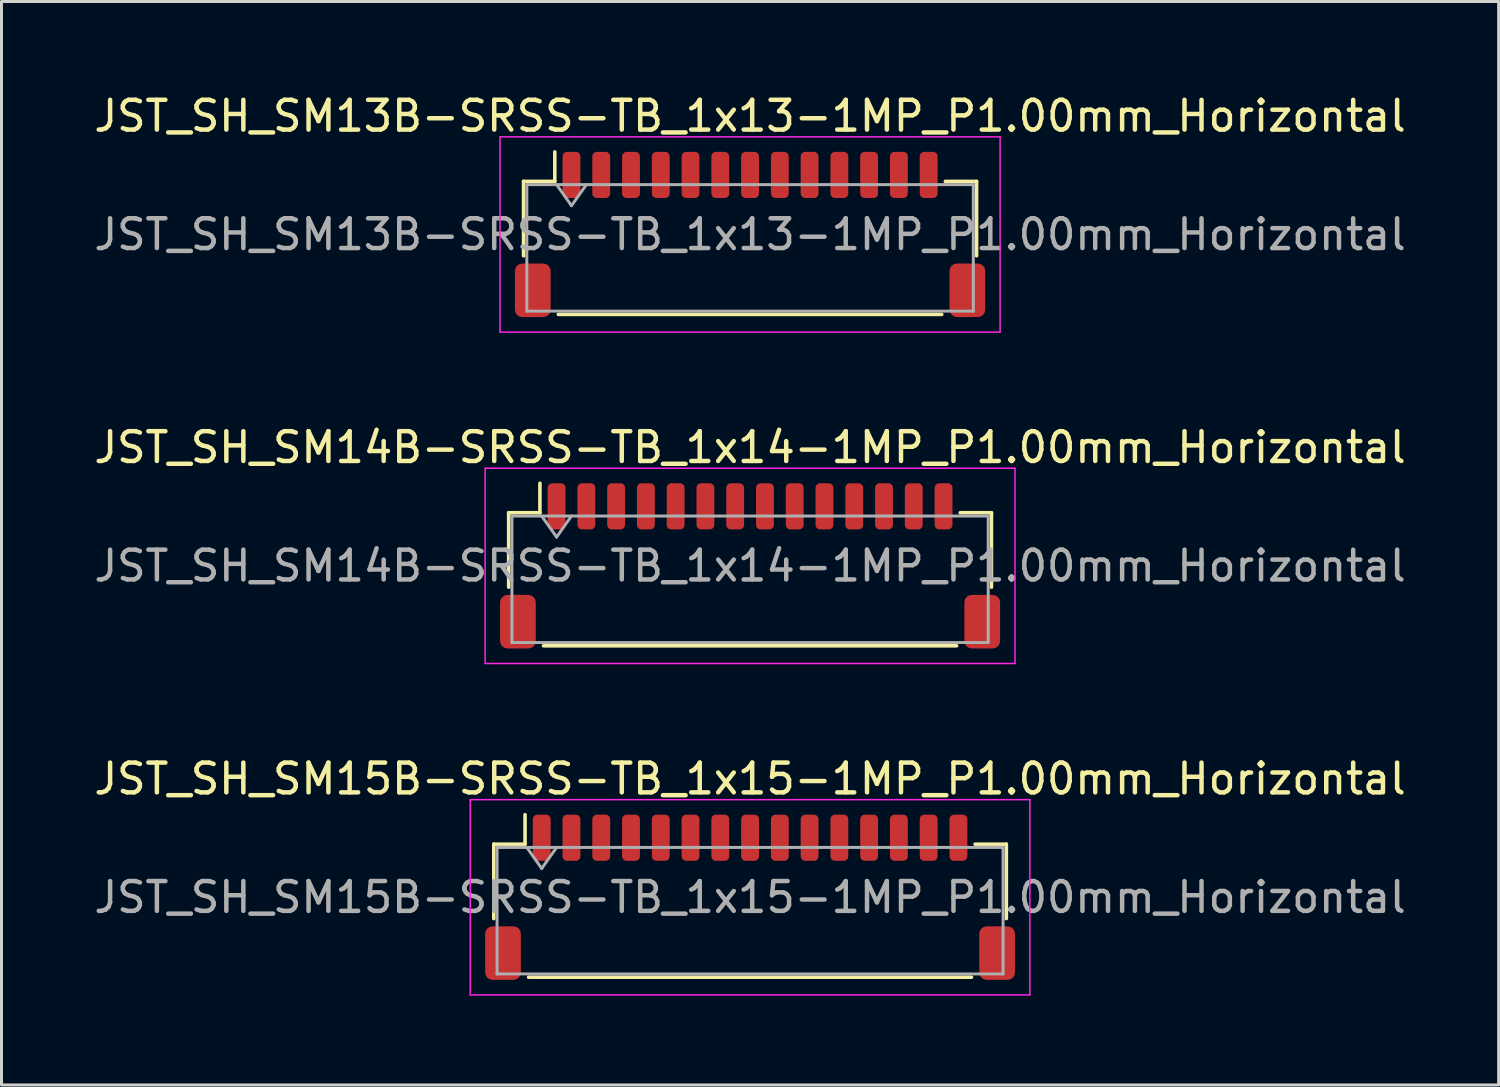
<source format=kicad_pcb>
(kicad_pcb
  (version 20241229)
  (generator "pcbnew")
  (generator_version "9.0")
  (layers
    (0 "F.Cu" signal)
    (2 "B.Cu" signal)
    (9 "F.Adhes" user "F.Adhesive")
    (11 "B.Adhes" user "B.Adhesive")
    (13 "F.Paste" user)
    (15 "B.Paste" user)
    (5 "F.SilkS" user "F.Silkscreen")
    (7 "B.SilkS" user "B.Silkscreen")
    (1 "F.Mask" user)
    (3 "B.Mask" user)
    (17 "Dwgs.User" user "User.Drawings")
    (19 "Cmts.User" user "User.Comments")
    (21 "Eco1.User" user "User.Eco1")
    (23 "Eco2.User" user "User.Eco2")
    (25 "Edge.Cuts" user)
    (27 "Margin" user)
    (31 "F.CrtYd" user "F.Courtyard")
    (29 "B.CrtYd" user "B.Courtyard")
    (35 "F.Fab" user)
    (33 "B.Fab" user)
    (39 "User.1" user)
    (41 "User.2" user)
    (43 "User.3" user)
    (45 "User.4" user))
  (footprint "JST_SH_SM14B-SRSS-TB_1x14-1MP_P1.00mm_Horizontal"
    (layer "F.Cu")
    (at 22.149 15.961)
    (property "Reference" "JST_SH_SM14B-SRSS-TB_1x14-1MP_P1.00mm_Horizontal" (at 0 -3.98 0) (layer "F.SilkS") (effects (font (size 1 1) (thickness 0.15))))
    (attr smd)
    (fp_line (start -8.11 -1.785) (end -7.06 -1.785) (stroke (width 0.12) (type solid)) (layer "F.SilkS"))
    (fp_line (start -8.11 0.715) (end -8.11 -1.785) (stroke (width 0.12) (type solid)) (layer "F.SilkS"))
    (fp_line (start -7.06 -1.785) (end -7.06 -2.775) (stroke (width 0.12) (type solid)) (layer "F.SilkS"))
    (fp_line (start -6.94 2.685) (end 6.94 2.685) (stroke (width 0.12) (type solid)) (layer "F.SilkS"))
    (fp_line (start 8.11 -1.785) (end 7.06 -1.785) (stroke (width 0.12) (type solid)) (layer "F.SilkS"))
    (fp_line (start 8.11 0.715) (end 8.11 -1.785) (stroke (width 0.12) (type solid)) (layer "F.SilkS"))
    (fp_line (start -8.9 -3.28) (end -8.9 3.28) (stroke (width 0.05) (type solid)) (layer "F.CrtYd"))
    (fp_line (start -8.9 3.28) (end 8.9 3.28) (stroke (width 0.05) (type solid)) (layer "F.CrtYd"))
    (fp_line (start 8.9 -3.28) (end -8.9 -3.28) (stroke (width 0.05) (type solid)) (layer "F.CrtYd"))
    (fp_line (start 8.9 3.28) (end 8.9 -3.28) (stroke (width 0.05) (type solid)) (layer "F.CrtYd"))
    (fp_line (start -8 -1.675) (end -8 2.575) (stroke (width 0.1) (type solid)) (layer "F.Fab"))
    (fp_line (start -8 -1.675) (end 8 -1.675) (stroke (width 0.1) (type solid)) (layer "F.Fab"))
    (fp_line (start -8 2.575) (end 8 2.575) (stroke (width 0.1) (type solid)) (layer "F.Fab"))
    (fp_line (start -7 -1.675) (end -6.5 -0.968) (stroke (width 0.1) (type solid)) (layer "F.Fab"))
    (fp_line (start -6.5 -0.968) (end -6 -1.675) (stroke (width 0.1) (type solid)) (layer "F.Fab"))
    (fp_line (start 8 -1.675) (end 8 2.575) (stroke (width 0.1) (type solid)) (layer "F.Fab"))
    (fp_text user "${REFERENCE}" (at 0 0 0) (layer "F.Fab") (effects (font (size 1 1) (thickness 0.15))))
    (pad "1" smd roundrect (at -6.5 -2) (size 0.6 1.55) (layers "F.Cu" "F.Mask" "F.Paste") (roundrect_rratio 0.25))
    (pad "2" smd roundrect (at -5.5 -2) (size 0.6 1.55) (layers "F.Cu" "F.Mask" "F.Paste") (roundrect_rratio 0.25))
    (pad "3" smd roundrect (at -4.5 -2) (size 0.6 1.55) (layers "F.Cu" "F.Mask" "F.Paste") (roundrect_rratio 0.25))
    (pad "4" smd roundrect (at -3.5 -2) (size 0.6 1.55) (layers "F.Cu" "F.Mask" "F.Paste") (roundrect_rratio 0.25))
    (pad "5" smd roundrect (at -2.5 -2) (size 0.6 1.55) (layers "F.Cu" "F.Mask" "F.Paste") (roundrect_rratio 0.25))
    (pad "6" smd roundrect (at -1.5 -2) (size 0.6 1.55) (layers "F.Cu" "F.Mask" "F.Paste") (roundrect_rratio 0.25))
    (pad "7" smd roundrect (at -0.5 -2) (size 0.6 1.55) (layers "F.Cu" "F.Mask" "F.Paste") (roundrect_rratio 0.25))
    (pad "8" smd roundrect (at 0.5 -2) (size 0.6 1.55) (layers "F.Cu" "F.Mask" "F.Paste") (roundrect_rratio 0.25))
    (pad "9" smd roundrect (at 1.5 -2) (size 0.6 1.55) (layers "F.Cu" "F.Mask" "F.Paste") (roundrect_rratio 0.25))
    (pad "10" smd roundrect (at 2.5 -2) (size 0.6 1.55) (layers "F.Cu" "F.Mask" "F.Paste") (roundrect_rratio 0.25))
    (pad "11" smd roundrect (at 3.5 -2) (size 0.6 1.55) (layers "F.Cu" "F.Mask" "F.Paste") (roundrect_rratio 0.25))
    (pad "12" smd roundrect (at 4.5 -2) (size 0.6 1.55) (layers "F.Cu" "F.Mask" "F.Paste") (roundrect_rratio 0.25))
    (pad "13" smd roundrect (at 5.5 -2) (size 0.6 1.55) (layers "F.Cu" "F.Mask" "F.Paste") (roundrect_rratio 0.25))
    (pad "14" smd roundrect (at 6.5 -2) (size 0.6 1.55) (layers "F.Cu" "F.Mask" "F.Paste") (roundrect_rratio 0.25))
    (pad "MP" smd roundrect (at -7.8 1.875) (size 1.2 1.8) (layers "F.Cu" "F.Mask" "F.Paste") (roundrect_rratio 0.208))
    (pad "MP" smd roundrect (at 7.8 1.875) (size 1.2 1.8) (layers "F.Cu" "F.Mask" "F.Paste") (roundrect_rratio 0.208)))
  (footprint "JST_SH_SM15B-SRSS-TB_1x15-1MP_P1.00mm_Horizontal"
    (layer "F.Cu")
    (at 22.149 27.095)
    (property "Reference" "JST_SH_SM15B-SRSS-TB_1x15-1MP_P1.00mm_Horizontal" (at 0 -3.98 0) (layer "F.SilkS") (effects (font (size 1 1) (thickness 0.15))))
    (attr smd)
    (fp_line (start -8.61 -1.785) (end -7.56 -1.785) (stroke (width 0.12) (type solid)) (layer "F.SilkS"))
    (fp_line (start -8.61 0.715) (end -8.61 -1.785) (stroke (width 0.12) (type solid)) (layer "F.SilkS"))
    (fp_line (start -7.56 -1.785) (end -7.56 -2.775) (stroke (width 0.12) (type solid)) (layer "F.SilkS"))
    (fp_line (start -7.44 2.685) (end 7.44 2.685) (stroke (width 0.12) (type solid)) (layer "F.SilkS"))
    (fp_line (start 8.61 -1.785) (end 7.56 -1.785) (stroke (width 0.12) (type solid)) (layer "F.SilkS"))
    (fp_line (start 8.61 0.715) (end 8.61 -1.785) (stroke (width 0.12) (type solid)) (layer "F.SilkS"))
    (fp_line (start -9.4 -3.28) (end -9.4 3.28) (stroke (width 0.05) (type solid)) (layer "F.CrtYd"))
    (fp_line (start -9.4 3.28) (end 9.4 3.28) (stroke (width 0.05) (type solid)) (layer "F.CrtYd"))
    (fp_line (start 9.4 -3.28) (end -9.4 -3.28) (stroke (width 0.05) (type solid)) (layer "F.CrtYd"))
    (fp_line (start 9.4 3.28) (end 9.4 -3.28) (stroke (width 0.05) (type solid)) (layer "F.CrtYd"))
    (fp_line (start -8.5 -1.675) (end -8.5 2.575) (stroke (width 0.1) (type solid)) (layer "F.Fab"))
    (fp_line (start -8.5 -1.675) (end 8.5 -1.675) (stroke (width 0.1) (type solid)) (layer "F.Fab"))
    (fp_line (start -8.5 2.575) (end 8.5 2.575) (stroke (width 0.1) (type solid)) (layer "F.Fab"))
    (fp_line (start -7.5 -1.675) (end -7 -0.968) (stroke (width 0.1) (type solid)) (layer "F.Fab"))
    (fp_line (start -7 -0.968) (end -6.5 -1.675) (stroke (width 0.1) (type solid)) (layer "F.Fab"))
    (fp_line (start 8.5 -1.675) (end 8.5 2.575) (stroke (width 0.1) (type solid)) (layer "F.Fab"))
    (fp_text user "${REFERENCE}" (at 0 0 0) (layer "F.Fab") (effects (font (size 1 1) (thickness 0.15))))
    (pad "1" smd roundrect (at -7 -2) (size 0.6 1.55) (layers "F.Cu" "F.Mask" "F.Paste") (roundrect_rratio 0.25))
    (pad "2" smd roundrect (at -6 -2) (size 0.6 1.55) (layers "F.Cu" "F.Mask" "F.Paste") (roundrect_rratio 0.25))
    (pad "3" smd roundrect (at -5 -2) (size 0.6 1.55) (layers "F.Cu" "F.Mask" "F.Paste") (roundrect_rratio 0.25))
    (pad "4" smd roundrect (at -4 -2) (size 0.6 1.55) (layers "F.Cu" "F.Mask" "F.Paste") (roundrect_rratio 0.25))
    (pad "5" smd roundrect (at -3 -2) (size 0.6 1.55) (layers "F.Cu" "F.Mask" "F.Paste") (roundrect_rratio 0.25))
    (pad "6" smd roundrect (at -2 -2) (size 0.6 1.55) (layers "F.Cu" "F.Mask" "F.Paste") (roundrect_rratio 0.25))
    (pad "7" smd roundrect (at -1 -2) (size 0.6 1.55) (layers "F.Cu" "F.Mask" "F.Paste") (roundrect_rratio 0.25))
    (pad "8" smd roundrect (at 0 -2) (size 0.6 1.55) (layers "F.Cu" "F.Mask" "F.Paste") (roundrect_rratio 0.25))
    (pad "9" smd roundrect (at 1 -2) (size 0.6 1.55) (layers "F.Cu" "F.Mask" "F.Paste") (roundrect_rratio 0.25))
    (pad "10" smd roundrect (at 2 -2) (size 0.6 1.55) (layers "F.Cu" "F.Mask" "F.Paste") (roundrect_rratio 0.25))
    (pad "11" smd roundrect (at 3 -2) (size 0.6 1.55) (layers "F.Cu" "F.Mask" "F.Paste") (roundrect_rratio 0.25))
    (pad "12" smd roundrect (at 4 -2) (size 0.6 1.55) (layers "F.Cu" "F.Mask" "F.Paste") (roundrect_rratio 0.25))
    (pad "13" smd roundrect (at 5 -2) (size 0.6 1.55) (layers "F.Cu" "F.Mask" "F.Paste") (roundrect_rratio 0.25))
    (pad "14" smd roundrect (at 6 -2) (size 0.6 1.55) (layers "F.Cu" "F.Mask" "F.Paste") (roundrect_rratio 0.25))
    (pad "15" smd roundrect (at 7 -2) (size 0.6 1.55) (layers "F.Cu" "F.Mask" "F.Paste") (roundrect_rratio 0.25))
    (pad "MP" smd roundrect (at -8.3 1.875) (size 1.2 1.8) (layers "F.Cu" "F.Mask" "F.Paste") (roundrect_rratio 0.208))
    (pad "MP" smd roundrect (at 8.3 1.875) (size 1.2 1.8) (layers "F.Cu" "F.Mask" "F.Paste") (roundrect_rratio 0.208)))
  (footprint "JST_SH_SM13B-SRSS-TB_1x13-1MP_P1.00mm_Horizontal"
    (layer "F.Cu")
    (at 22.149 4.828)
    (property "Reference" "JST_SH_SM13B-SRSS-TB_1x13-1MP_P1.00mm_Horizontal" (at 0 -3.98 0) (layer "F.SilkS") (effects (font (size 1 1) (thickness 0.15))))
    (attr smd)
    (fp_line (start -7.61 -1.785) (end -6.56 -1.785) (stroke (width 0.12) (type solid)) (layer "F.SilkS"))
    (fp_line (start -7.61 0.715) (end -7.61 -1.785) (stroke (width 0.12) (type solid)) (layer "F.SilkS"))
    (fp_line (start -6.56 -1.785) (end -6.56 -2.775) (stroke (width 0.12) (type solid)) (layer "F.SilkS"))
    (fp_line (start -6.44 2.685) (end 6.44 2.685) (stroke (width 0.12) (type solid)) (layer "F.SilkS"))
    (fp_line (start 7.61 -1.785) (end 6.56 -1.785) (stroke (width 0.12) (type solid)) (layer "F.SilkS"))
    (fp_line (start 7.61 0.715) (end 7.61 -1.785) (stroke (width 0.12) (type solid)) (layer "F.SilkS"))
    (fp_line (start -8.4 -3.28) (end -8.4 3.28) (stroke (width 0.05) (type solid)) (layer "F.CrtYd"))
    (fp_line (start -8.4 3.28) (end 8.4 3.28) (stroke (width 0.05) (type solid)) (layer "F.CrtYd"))
    (fp_line (start 8.4 -3.28) (end -8.4 -3.28) (stroke (width 0.05) (type solid)) (layer "F.CrtYd"))
    (fp_line (start 8.4 3.28) (end 8.4 -3.28) (stroke (width 0.05) (type solid)) (layer "F.CrtYd"))
    (fp_line (start -7.5 -1.675) (end -7.5 2.575) (stroke (width 0.1) (type solid)) (layer "F.Fab"))
    (fp_line (start -7.5 -1.675) (end 7.5 -1.675) (stroke (width 0.1) (type solid)) (layer "F.Fab"))
    (fp_line (start -7.5 2.575) (end 7.5 2.575) (stroke (width 0.1) (type solid)) (layer "F.Fab"))
    (fp_line (start -6.5 -1.675) (end -6 -0.968) (stroke (width 0.1) (type solid)) (layer "F.Fab"))
    (fp_line (start -6 -0.968) (end -5.5 -1.675) (stroke (width 0.1) (type solid)) (layer "F.Fab"))
    (fp_line (start 7.5 -1.675) (end 7.5 2.575) (stroke (width 0.1) (type solid)) (layer "F.Fab"))
    (fp_text user "${REFERENCE}" (at 0 0 0) (layer "F.Fab") (effects (font (size 1 1) (thickness 0.15))))
    (pad "1" smd roundrect (at -6 -2) (size 0.6 1.55) (layers "F.Cu" "F.Mask" "F.Paste") (roundrect_rratio 0.25))
    (pad "2" smd roundrect (at -5 -2) (size 0.6 1.55) (layers "F.Cu" "F.Mask" "F.Paste") (roundrect_rratio 0.25))
    (pad "3" smd roundrect (at -4 -2) (size 0.6 1.55) (layers "F.Cu" "F.Mask" "F.Paste") (roundrect_rratio 0.25))
    (pad "4" smd roundrect (at -3 -2) (size 0.6 1.55) (layers "F.Cu" "F.Mask" "F.Paste") (roundrect_rratio 0.25))
    (pad "5" smd roundrect (at -2 -2) (size 0.6 1.55) (layers "F.Cu" "F.Mask" "F.Paste") (roundrect_rratio 0.25))
    (pad "6" smd roundrect (at -1 -2) (size 0.6 1.55) (layers "F.Cu" "F.Mask" "F.Paste") (roundrect_rratio 0.25))
    (pad "7" smd roundrect (at 0 -2) (size 0.6 1.55) (layers "F.Cu" "F.Mask" "F.Paste") (roundrect_rratio 0.25))
    (pad "8" smd roundrect (at 1 -2) (size 0.6 1.55) (layers "F.Cu" "F.Mask" "F.Paste") (roundrect_rratio 0.25))
    (pad "9" smd roundrect (at 2 -2) (size 0.6 1.55) (layers "F.Cu" "F.Mask" "F.Paste") (roundrect_rratio 0.25))
    (pad "10" smd roundrect (at 3 -2) (size 0.6 1.55) (layers "F.Cu" "F.Mask" "F.Paste") (roundrect_rratio 0.25))
    (pad "11" smd roundrect (at 4 -2) (size 0.6 1.55) (layers "F.Cu" "F.Mask" "F.Paste") (roundrect_rratio 0.25))
    (pad "12" smd roundrect (at 5 -2) (size 0.6 1.55) (layers "F.Cu" "F.Mask" "F.Paste") (roundrect_rratio 0.25))
    (pad "13" smd roundrect (at 6 -2) (size 0.6 1.55) (layers "F.Cu" "F.Mask" "F.Paste") (roundrect_rratio 0.25))
    (pad "MP" smd roundrect (at -7.3 1.875) (size 1.2 1.8) (layers "F.Cu" "F.Mask" "F.Paste") (roundrect_rratio 0.208))
    (pad "MP" smd roundrect (at 7.3 1.875) (size 1.2 1.8) (layers "F.Cu" "F.Mask" "F.Paste") (roundrect_rratio 0.208)))
  (gr_rect
    (start -3 -3)
    (end 47.298 33.4)
    (stroke (width 0.1) (type default))
    (fill no)
    (layer "Edge.Cuts")))
</source>
